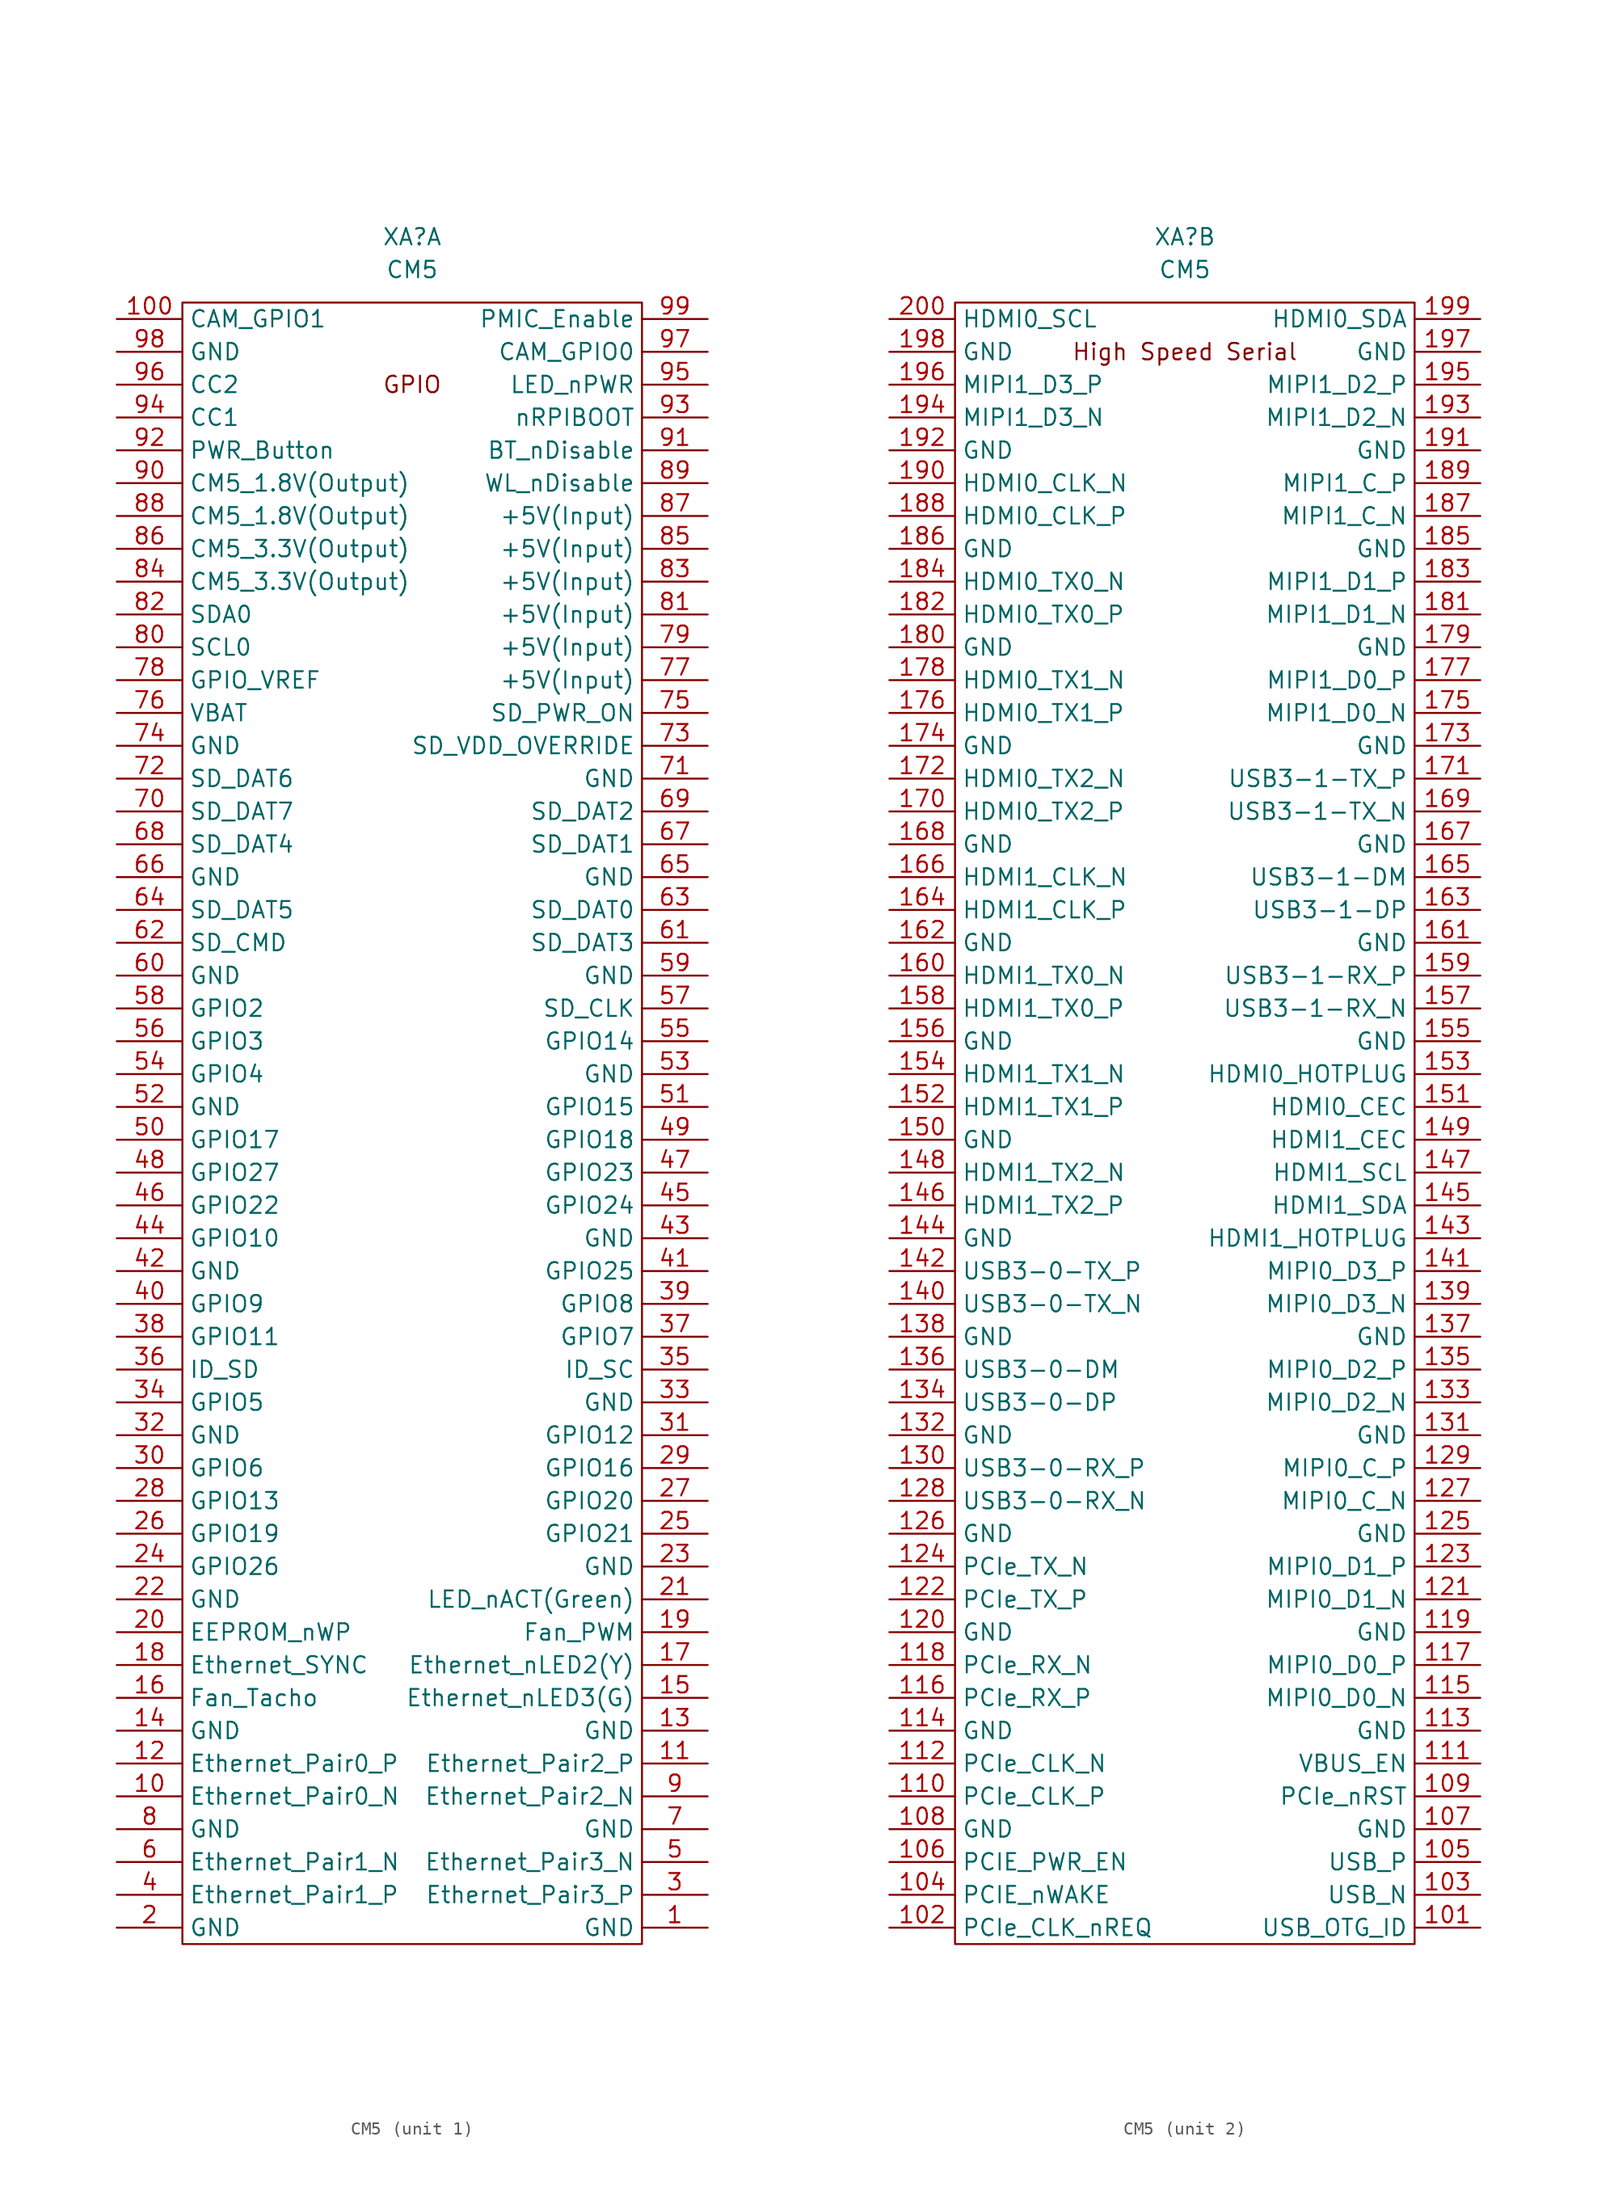
<source format=kicad_sym>
(kicad_symbol_lib
  (version 20241209)
  (generator "kicad_symbol_editor")
  (generator_version "9.0")
  (symbol "CM5"
    (property "Reference" "XA"
      (at 0 5.08 0)
      (effects (font (size 1.27 1.27))))
    (property "Value" "CM5"
      (at 0 2.54 0)
      (effects (font (size 1.27 1.27))))
    (property "ki_locked" ""
      (at 0 0 0)
      (effects (font (size 1.27 1.27))))
    (symbol "CM5_1_0"
      (text "GPIO" (at 0 -6.35 0) (effects (font (size 1.27 1.27)))))
    (symbol "CM5_1_1"
      (rectangle (start -17.78 0) (end 17.78 -127) (stroke (width 0) (type default)) (fill (type none)))
      (pin passive line (at -22.86 -1.27 0) (length 5.08) (name "CAM_GPIO1" (effects (font (size 1.27 1.27)))) (number "100" (effects (font (size 1.27 1.27)))))
      (pin passive line (at -22.86 -3.81 0) (length 5.08) (name "GND" (effects (font (size 1.27 1.27)))) (number "98" (effects (font (size 1.27 1.27)))))
      (pin passive line (at -22.86 -6.35 0) (length 5.08) (name "CC2" (effects (font (size 1.27 1.27)))) (number "96" (effects (font (size 1.27 1.27)))))
      (pin passive line (at -22.86 -8.89 0) (length 5.08) (name "CC1" (effects (font (size 1.27 1.27)))) (number "94" (effects (font (size 1.27 1.27)))))
      (pin passive line (at -22.86 -11.43 0) (length 5.08) (name "PWR_Button" (effects (font (size 1.27 1.27)))) (number "92" (effects (font (size 1.27 1.27)))))
      (pin passive line (at -22.86 -13.97 0) (length 5.08) (name "CM5_1.8V(Output)" (effects (font (size 1.27 1.27)))) (number "90" (effects (font (size 1.27 1.27)))))
      (pin passive line (at -22.86 -16.51 0) (length 5.08) (name "CM5_1.8V(Output)" (effects (font (size 1.27 1.27)))) (number "88" (effects (font (size 1.27 1.27)))))
      (pin passive line (at -22.86 -19.05 0) (length 5.08) (name "CM5_3.3V(Output)" (effects (font (size 1.27 1.27)))) (number "86" (effects (font (size 1.27 1.27)))))
      (pin passive line (at -22.86 -21.59 0) (length 5.08) (name "CM5_3.3V(Output)" (effects (font (size 1.27 1.27)))) (number "84" (effects (font (size 1.27 1.27)))))
      (pin passive line (at -22.86 -24.13 0) (length 5.08) (name "SDA0" (effects (font (size 1.27 1.27)))) (number "82" (effects (font (size 1.27 1.27)))))
      (pin passive line (at -22.86 -26.67 0) (length 5.08) (name "SCL0" (effects (font (size 1.27 1.27)))) (number "80" (effects (font (size 1.27 1.27)))))
      (pin passive line (at -22.86 -29.21 0) (length 5.08) (name "GPIO_VREF" (effects (font (size 1.27 1.27)))) (number "78" (effects (font (size 1.27 1.27)))))
      (pin passive line (at -22.86 -31.75 0) (length 5.08) (name "VBAT" (effects (font (size 1.27 1.27)))) (number "76" (effects (font (size 1.27 1.27)))))
      (pin passive line (at -22.86 -34.29 0) (length 5.08) (name "GND" (effects (font (size 1.27 1.27)))) (number "74" (effects (font (size 1.27 1.27)))))
      (pin passive line (at -22.86 -36.83 0) (length 5.08) (name "SD_DAT6" (effects (font (size 1.27 1.27)))) (number "72" (effects (font (size 1.27 1.27)))))
      (pin passive line (at -22.86 -39.37 0) (length 5.08) (name "SD_DAT7" (effects (font (size 1.27 1.27)))) (number "70" (effects (font (size 1.27 1.27)))))
      (pin passive line (at -22.86 -41.91 0) (length 5.08) (name "SD_DAT4" (effects (font (size 1.27 1.27)))) (number "68" (effects (font (size 1.27 1.27)))))
      (pin passive line (at -22.86 -44.45 0) (length 5.08) (name "GND" (effects (font (size 1.27 1.27)))) (number "66" (effects (font (size 1.27 1.27)))))
      (pin passive line (at -22.86 -46.99 0) (length 5.08) (name "SD_DAT5" (effects (font (size 1.27 1.27)))) (number "64" (effects (font (size 1.27 1.27)))))
      (pin passive line (at -22.86 -49.53 0) (length 5.08) (name "SD_CMD" (effects (font (size 1.27 1.27)))) (number "62" (effects (font (size 1.27 1.27)))))
      (pin passive line (at -22.86 -52.07 0) (length 5.08) (name "GND" (effects (font (size 1.27 1.27)))) (number "60" (effects (font (size 1.27 1.27)))))
      (pin passive line (at -22.86 -54.61 0) (length 5.08) (name "GPIO2" (effects (font (size 1.27 1.27)))) (number "58" (effects (font (size 1.27 1.27)))))
      (pin passive line (at -22.86 -57.15 0) (length 5.08) (name "GPIO3" (effects (font (size 1.27 1.27)))) (number "56" (effects (font (size 1.27 1.27)))))
      (pin passive line (at -22.86 -59.69 0) (length 5.08) (name "GPIO4" (effects (font (size 1.27 1.27)))) (number "54" (effects (font (size 1.27 1.27)))))
      (pin passive line (at -22.86 -62.23 0) (length 5.08) (name "GND" (effects (font (size 1.27 1.27)))) (number "52" (effects (font (size 1.27 1.27)))))
      (pin passive line (at -22.86 -64.77 0) (length 5.08) (name "GPIO17" (effects (font (size 1.27 1.27)))) (number "50" (effects (font (size 1.27 1.27)))))
      (pin passive line (at -22.86 -67.31 0) (length 5.08) (name "GPIO27" (effects (font (size 1.27 1.27)))) (number "48" (effects (font (size 1.27 1.27)))))
      (pin passive line (at -22.86 -69.85 0) (length 5.08) (name "GPIO22" (effects (font (size 1.27 1.27)))) (number "46" (effects (font (size 1.27 1.27)))))
      (pin passive line (at -22.86 -72.39 0) (length 5.08) (name "GPIO10" (effects (font (size 1.27 1.27)))) (number "44" (effects (font (size 1.27 1.27)))))
      (pin passive line (at -22.86 -74.93 0) (length 5.08) (name "GND" (effects (font (size 1.27 1.27)))) (number "42" (effects (font (size 1.27 1.27)))))
      (pin passive line (at -22.86 -77.47 0) (length 5.08) (name "GPIO9" (effects (font (size 1.27 1.27)))) (number "40" (effects (font (size 1.27 1.27)))))
      (pin passive line (at -22.86 -80.01 0) (length 5.08) (name "GPIO11" (effects (font (size 1.27 1.27)))) (number "38" (effects (font (size 1.27 1.27)))))
      (pin passive line (at -22.86 -82.55 0) (length 5.08) (name "ID_SD" (effects (font (size 1.27 1.27)))) (number "36" (effects (font (size 1.27 1.27)))))
      (pin passive line (at -22.86 -85.09 0) (length 5.08) (name "GPIO5" (effects (font (size 1.27 1.27)))) (number "34" (effects (font (size 1.27 1.27)))))
      (pin passive line (at -22.86 -87.63 0) (length 5.08) (name "GND" (effects (font (size 1.27 1.27)))) (number "32" (effects (font (size 1.27 1.27)))))
      (pin passive line (at -22.86 -90.17 0) (length 5.08) (name "GPIO6" (effects (font (size 1.27 1.27)))) (number "30" (effects (font (size 1.27 1.27)))))
      (pin passive line (at -22.86 -92.71 0) (length 5.08) (name "GPIO13" (effects (font (size 1.27 1.27)))) (number "28" (effects (font (size 1.27 1.27)))))
      (pin passive line (at -22.86 -95.25 0) (length 5.08) (name "GPIO19" (effects (font (size 1.27 1.27)))) (number "26" (effects (font (size 1.27 1.27)))))
      (pin passive line (at -22.86 -97.79 0) (length 5.08) (name "GPIO26" (effects (font (size 1.27 1.27)))) (number "24" (effects (font (size 1.27 1.27)))))
      (pin passive line (at -22.86 -100.33 0) (length 5.08) (name "GND" (effects (font (size 1.27 1.27)))) (number "22" (effects (font (size 1.27 1.27)))))
      (pin passive line (at -22.86 -102.87 0) (length 5.08) (name "EEPROM_nWP" (effects (font (size 1.27 1.27)))) (number "20" (effects (font (size 1.27 1.27)))))
      (pin passive line (at -22.86 -105.41 0) (length 5.08) (name "Ethernet_SYNC" (effects (font (size 1.27 1.27)))) (number "18" (effects (font (size 1.27 1.27)))))
      (pin passive line (at -22.86 -107.95 0) (length 5.08) (name "Fan_Tacho" (effects (font (size 1.27 1.27)))) (number "16" (effects (font (size 1.27 1.27)))))
      (pin passive line (at -22.86 -110.49 0) (length 5.08) (name "GND" (effects (font (size 1.27 1.27)))) (number "14" (effects (font (size 1.27 1.27)))))
      (pin passive line (at -22.86 -113.03 0) (length 5.08) (name "Ethernet_Pair0_P" (effects (font (size 1.27 1.27)))) (number "12" (effects (font (size 1.27 1.27)))))
      (pin passive line (at -22.86 -115.57 0) (length 5.08) (name "Ethernet_Pair0_N" (effects (font (size 1.27 1.27)))) (number "10" (effects (font (size 1.27 1.27)))))
      (pin passive line (at -22.86 -118.11 0) (length 5.08) (name "GND" (effects (font (size 1.27 1.27)))) (number "8" (effects (font (size 1.27 1.27)))))
      (pin passive line (at -22.86 -120.65 0) (length 5.08) (name "Ethernet_Pair1_N" (effects (font (size 1.27 1.27)))) (number "6" (effects (font (size 1.27 1.27)))))
      (pin passive line (at -22.86 -123.19 0) (length 5.08) (name "Ethernet_Pair1_P" (effects (font (size 1.27 1.27)))) (number "4" (effects (font (size 1.27 1.27)))))
      (pin passive line (at -22.86 -125.73 0) (length 5.08) (name "GND" (effects (font (size 1.27 1.27)))) (number "2" (effects (font (size 1.27 1.27)))))
      (pin passive line (at 22.86 -1.27 180) (length 5.08) (name "PMIC_Enable" (effects (font (size 1.27 1.27)))) (number "99" (effects (font (size 1.27 1.27)))))
      (pin passive line (at 22.86 -3.81 180) (length 5.08) (name "CAM_GPIO0" (effects (font (size 1.27 1.27)))) (number "97" (effects (font (size 1.27 1.27)))))
      (pin passive line (at 22.86 -6.35 180) (length 5.08) (name "LED_nPWR" (effects (font (size 1.27 1.27)))) (number "95" (effects (font (size 1.27 1.27)))))
      (pin passive line (at 22.86 -8.89 180) (length 5.08) (name "nRPIBOOT" (effects (font (size 1.27 1.27)))) (number "93" (effects (font (size 1.27 1.27)))))
      (pin passive line (at 22.86 -11.43 180) (length 5.08) (name "BT_nDisable" (effects (font (size 1.27 1.27)))) (number "91" (effects (font (size 1.27 1.27)))))
      (pin passive line (at 22.86 -13.97 180) (length 5.08) (name "WL_nDisable" (effects (font (size 1.27 1.27)))) (number "89" (effects (font (size 1.27 1.27)))))
      (pin passive line (at 22.86 -16.51 180) (length 5.08) (name "+5V(Input)" (effects (font (size 1.27 1.27)))) (number "87" (effects (font (size 1.27 1.27)))))
      (pin passive line (at 22.86 -19.05 180) (length 5.08) (name "+5V(Input)" (effects (font (size 1.27 1.27)))) (number "85" (effects (font (size 1.27 1.27)))))
      (pin passive line (at 22.86 -21.59 180) (length 5.08) (name "+5V(Input)" (effects (font (size 1.27 1.27)))) (number "83" (effects (font (size 1.27 1.27)))))
      (pin passive line (at 22.86 -24.13 180) (length 5.08) (name "+5V(Input)" (effects (font (size 1.27 1.27)))) (number "81" (effects (font (size 1.27 1.27)))))
      (pin passive line (at 22.86 -26.67 180) (length 5.08) (name "+5V(Input)" (effects (font (size 1.27 1.27)))) (number "79" (effects (font (size 1.27 1.27)))))
      (pin passive line (at 22.86 -29.21 180) (length 5.08) (name "+5V(Input)" (effects (font (size 1.27 1.27)))) (number "77" (effects (font (size 1.27 1.27)))))
      (pin passive line (at 22.86 -31.75 180) (length 5.08) (name "SD_PWR_ON" (effects (font (size 1.27 1.27)))) (number "75" (effects (font (size 1.27 1.27)))))
      (pin passive line (at 22.86 -34.29 180) (length 5.08) (name "SD_VDD_OVERRIDE" (effects (font (size 1.27 1.27)))) (number "73" (effects (font (size 1.27 1.27)))))
      (pin passive line (at 22.86 -36.83 180) (length 5.08) (name "GND" (effects (font (size 1.27 1.27)))) (number "71" (effects (font (size 1.27 1.27)))))
      (pin passive line (at 22.86 -39.37 180) (length 5.08) (name "SD_DAT2" (effects (font (size 1.27 1.27)))) (number "69" (effects (font (size 1.27 1.27)))))
      (pin passive line (at 22.86 -41.91 180) (length 5.08) (name "SD_DAT1" (effects (font (size 1.27 1.27)))) (number "67" (effects (font (size 1.27 1.27)))))
      (pin passive line (at 22.86 -44.45 180) (length 5.08) (name "GND" (effects (font (size 1.27 1.27)))) (number "65" (effects (font (size 1.27 1.27)))))
      (pin passive line (at 22.86 -46.99 180) (length 5.08) (name "SD_DAT0" (effects (font (size 1.27 1.27)))) (number "63" (effects (font (size 1.27 1.27)))))
      (pin passive line (at 22.86 -49.53 180) (length 5.08) (name "SD_DAT3" (effects (font (size 1.27 1.27)))) (number "61" (effects (font (size 1.27 1.27)))))
      (pin passive line (at 22.86 -52.07 180) (length 5.08) (name "GND" (effects (font (size 1.27 1.27)))) (number "59" (effects (font (size 1.27 1.27)))))
      (pin passive line (at 22.86 -54.61 180) (length 5.08) (name "SD_CLK" (effects (font (size 1.27 1.27)))) (number "57" (effects (font (size 1.27 1.27)))))
      (pin passive line (at 22.86 -57.15 180) (length 5.08) (name "GPIO14" (effects (font (size 1.27 1.27)))) (number "55" (effects (font (size 1.27 1.27)))))
      (pin passive line (at 22.86 -59.69 180) (length 5.08) (name "GND" (effects (font (size 1.27 1.27)))) (number "53" (effects (font (size 1.27 1.27)))))
      (pin passive line (at 22.86 -62.23 180) (length 5.08) (name "GPIO15" (effects (font (size 1.27 1.27)))) (number "51" (effects (font (size 1.27 1.27)))))
      (pin passive line (at 22.86 -64.77 180) (length 5.08) (name "GPIO18" (effects (font (size 1.27 1.27)))) (number "49" (effects (font (size 1.27 1.27)))))
      (pin passive line (at 22.86 -67.31 180) (length 5.08) (name "GPIO23" (effects (font (size 1.27 1.27)))) (number "47" (effects (font (size 1.27 1.27)))))
      (pin passive line (at 22.86 -69.85 180) (length 5.08) (name "GPIO24" (effects (font (size 1.27 1.27)))) (number "45" (effects (font (size 1.27 1.27)))))
      (pin passive line (at 22.86 -72.39 180) (length 5.08) (name "GND" (effects (font (size 1.27 1.27)))) (number "43" (effects (font (size 1.27 1.27)))))
      (pin passive line (at 22.86 -74.93 180) (length 5.08) (name "GPIO25" (effects (font (size 1.27 1.27)))) (number "41" (effects (font (size 1.27 1.27)))))
      (pin passive line (at 22.86 -77.47 180) (length 5.08) (name "GPIO8" (effects (font (size 1.27 1.27)))) (number "39" (effects (font (size 1.27 1.27)))))
      (pin passive line (at 22.86 -80.01 180) (length 5.08) (name "GPIO7" (effects (font (size 1.27 1.27)))) (number "37" (effects (font (size 1.27 1.27)))))
      (pin passive line (at 22.86 -82.55 180) (length 5.08) (name "ID_SC" (effects (font (size 1.27 1.27)))) (number "35" (effects (font (size 1.27 1.27)))))
      (pin passive line (at 22.86 -85.09 180) (length 5.08) (name "GND" (effects (font (size 1.27 1.27)))) (number "33" (effects (font (size 1.27 1.27)))))
      (pin passive line (at 22.86 -87.63 180) (length 5.08) (name "GPIO12" (effects (font (size 1.27 1.27)))) (number "31" (effects (font (size 1.27 1.27)))))
      (pin passive line (at 22.86 -90.17 180) (length 5.08) (name "GPIO16" (effects (font (size 1.27 1.27)))) (number "29" (effects (font (size 1.27 1.27)))))
      (pin passive line (at 22.86 -92.71 180) (length 5.08) (name "GPIO20" (effects (font (size 1.27 1.27)))) (number "27" (effects (font (size 1.27 1.27)))))
      (pin passive line (at 22.86 -95.25 180) (length 5.08) (name "GPIO21" (effects (font (size 1.27 1.27)))) (number "25" (effects (font (size 1.27 1.27)))))
      (pin passive line (at 22.86 -97.79 180) (length 5.08) (name "GND" (effects (font (size 1.27 1.27)))) (number "23" (effects (font (size 1.27 1.27)))))
      (pin passive line (at 22.86 -100.33 180) (length 5.08) (name "LED_nACT(Green)" (effects (font (size 1.27 1.27)))) (number "21" (effects (font (size 1.27 1.27)))))
      (pin passive line (at 22.86 -102.87 180) (length 5.08) (name "Fan_PWM" (effects (font (size 1.27 1.27)))) (number "19" (effects (font (size 1.27 1.27)))))
      (pin passive line (at 22.86 -105.41 180) (length 5.08) (name "Ethernet_nLED2(Y)" (effects (font (size 1.27 1.27)))) (number "17" (effects (font (size 1.27 1.27)))))
      (pin passive line (at 22.86 -107.95 180) (length 5.08) (name "Ethernet_nLED3(G)" (effects (font (size 1.27 1.27)))) (number "15" (effects (font (size 1.27 1.27)))))
      (pin passive line (at 22.86 -110.49 180) (length 5.08) (name "GND" (effects (font (size 1.27 1.27)))) (number "13" (effects (font (size 1.27 1.27)))))
      (pin passive line (at 22.86 -113.03 180) (length 5.08) (name "Ethernet_Pair2_P" (effects (font (size 1.27 1.27)))) (number "11" (effects (font (size 1.27 1.27)))))
      (pin passive line (at 22.86 -115.57 180) (length 5.08) (name "Ethernet_Pair2_N" (effects (font (size 1.27 1.27)))) (number "9" (effects (font (size 1.27 1.27)))))
      (pin passive line (at 22.86 -118.11 180) (length 5.08) (name "GND" (effects (font (size 1.27 1.27)))) (number "7" (effects (font (size 1.27 1.27)))))
      (pin passive line (at 22.86 -120.65 180) (length 5.08) (name "Ethernet_Pair3_N" (effects (font (size 1.27 1.27)))) (number "5" (effects (font (size 1.27 1.27)))))
      (pin passive line (at 22.86 -123.19 180) (length 5.08) (name "Ethernet_Pair3_P" (effects (font (size 1.27 1.27)))) (number "3" (effects (font (size 1.27 1.27)))))
      (pin passive line (at 22.86 -125.73 180) (length 5.08) (name "GND" (effects (font (size 1.27 1.27)))) (number "1" (effects (font (size 1.27 1.27))))))
    (symbol "CM5_2_1"
      (rectangle (start -17.78 0) (end 17.78 -127) (stroke (width 0) (type default)) (fill (type none)))
      (text "High Speed Serial" (at 0 -3.81 0) (effects (font (size 1.27 1.27))))
      (pin passive line (at -22.86 -1.27 0) (length 5.08) (name "HDMI0_SCL" (effects (font (size 1.27 1.27)))) (number "200" (effects (font (size 1.27 1.27)))))
      (pin passive line (at -22.86 -3.81 0) (length 5.08) (name "GND" (effects (font (size 1.27 1.27)))) (number "198" (effects (font (size 1.27 1.27)))))
      (pin passive line (at -22.86 -6.35 0) (length 5.08) (name "MIPI1_D3_P" (effects (font (size 1.27 1.27)))) (number "196" (effects (font (size 1.27 1.27)))))
      (pin passive line (at -22.86 -8.89 0) (length 5.08) (name "MIPI1_D3_N" (effects (font (size 1.27 1.27)))) (number "194" (effects (font (size 1.27 1.27)))))
      (pin passive line (at -22.86 -11.43 0) (length 5.08) (name "GND" (effects (font (size 1.27 1.27)))) (number "192" (effects (font (size 1.27 1.27)))))
      (pin passive line (at -22.86 -13.97 0) (length 5.08) (name "HDMI0_CLK_N" (effects (font (size 1.27 1.27)))) (number "190" (effects (font (size 1.27 1.27)))))
      (pin passive line (at -22.86 -16.51 0) (length 5.08) (name "HDMI0_CLK_P" (effects (font (size 1.27 1.27)))) (number "188" (effects (font (size 1.27 1.27)))))
      (pin passive line (at -22.86 -19.05 0) (length 5.08) (name "GND" (effects (font (size 1.27 1.27)))) (number "186" (effects (font (size 1.27 1.27)))))
      (pin passive line (at -22.86 -21.59 0) (length 5.08) (name "HDMI0_TX0_N" (effects (font (size 1.27 1.27)))) (number "184" (effects (font (size 1.27 1.27)))))
      (pin passive line (at -22.86 -24.13 0) (length 5.08) (name "HDMI0_TX0_P" (effects (font (size 1.27 1.27)))) (number "182" (effects (font (size 1.27 1.27)))))
      (pin passive line (at -22.86 -26.67 0) (length 5.08) (name "GND" (effects (font (size 1.27 1.27)))) (number "180" (effects (font (size 1.27 1.27)))))
      (pin passive line (at -22.86 -29.21 0) (length 5.08) (name "HDMI0_TX1_N" (effects (font (size 1.27 1.27)))) (number "178" (effects (font (size 1.27 1.27)))))
      (pin passive line (at -22.86 -31.75 0) (length 5.08) (name "HDMI0_TX1_P" (effects (font (size 1.27 1.27)))) (number "176" (effects (font (size 1.27 1.27)))))
      (pin passive line (at -22.86 -34.29 0) (length 5.08) (name "GND" (effects (font (size 1.27 1.27)))) (number "174" (effects (font (size 1.27 1.27)))))
      (pin passive line (at -22.86 -36.83 0) (length 5.08) (name "HDMI0_TX2_N" (effects (font (size 1.27 1.27)))) (number "172" (effects (font (size 1.27 1.27)))))
      (pin passive line (at -22.86 -39.37 0) (length 5.08) (name "HDMI0_TX2_P" (effects (font (size 1.27 1.27)))) (number "170" (effects (font (size 1.27 1.27)))))
      (pin passive line (at -22.86 -41.91 0) (length 5.08) (name "GND" (effects (font (size 1.27 1.27)))) (number "168" (effects (font (size 1.27 1.27)))))
      (pin passive line (at -22.86 -44.45 0) (length 5.08) (name "HDMI1_CLK_N" (effects (font (size 1.27 1.27)))) (number "166" (effects (font (size 1.27 1.27)))))
      (pin passive line (at -22.86 -46.99 0) (length 5.08) (name "HDMI1_CLK_P" (effects (font (size 1.27 1.27)))) (number "164" (effects (font (size 1.27 1.27)))))
      (pin passive line (at -22.86 -49.53 0) (length 5.08) (name "GND" (effects (font (size 1.27 1.27)))) (number "162" (effects (font (size 1.27 1.27)))))
      (pin passive line (at -22.86 -52.07 0) (length 5.08) (name "HDMI1_TX0_N" (effects (font (size 1.27 1.27)))) (number "160" (effects (font (size 1.27 1.27)))))
      (pin passive line (at -22.86 -54.61 0) (length 5.08) (name "HDMI1_TX0_P" (effects (font (size 1.27 1.27)))) (number "158" (effects (font (size 1.27 1.27)))))
      (pin passive line (at -22.86 -57.15 0) (length 5.08) (name "GND" (effects (font (size 1.27 1.27)))) (number "156" (effects (font (size 1.27 1.27)))))
      (pin passive line (at -22.86 -59.69 0) (length 5.08) (name "HDMI1_TX1_N" (effects (font (size 1.27 1.27)))) (number "154" (effects (font (size 1.27 1.27)))))
      (pin passive line (at -22.86 -62.23 0) (length 5.08) (name "HDMI1_TX1_P" (effects (font (size 1.27 1.27)))) (number "152" (effects (font (size 1.27 1.27)))))
      (pin passive line (at -22.86 -64.77 0) (length 5.08) (name "GND" (effects (font (size 1.27 1.27)))) (number "150" (effects (font (size 1.27 1.27)))))
      (pin passive line (at -22.86 -67.31 0) (length 5.08) (name "HDMI1_TX2_N" (effects (font (size 1.27 1.27)))) (number "148" (effects (font (size 1.27 1.27)))))
      (pin passive line (at -22.86 -69.85 0) (length 5.08) (name "HDMI1_TX2_P" (effects (font (size 1.27 1.27)))) (number "146" (effects (font (size 1.27 1.27)))))
      (pin passive line (at -22.86 -72.39 0) (length 5.08) (name "GND" (effects (font (size 1.27 1.27)))) (number "144" (effects (font (size 1.27 1.27)))))
      (pin passive line (at -22.86 -74.93 0) (length 5.08) (name "USB3-0-TX_P" (effects (font (size 1.27 1.27)))) (number "142" (effects (font (size 1.27 1.27)))))
      (pin passive line (at -22.86 -77.47 0) (length 5.08) (name "USB3-0-TX_N" (effects (font (size 1.27 1.27)))) (number "140" (effects (font (size 1.27 1.27)))))
      (pin passive line (at -22.86 -80.01 0) (length 5.08) (name "GND" (effects (font (size 1.27 1.27)))) (number "138" (effects (font (size 1.27 1.27)))))
      (pin passive line (at -22.86 -82.55 0) (length 5.08) (name "USB3-0-DM" (effects (font (size 1.27 1.27)))) (number "136" (effects (font (size 1.27 1.27)))))
      (pin passive line (at -22.86 -85.09 0) (length 5.08) (name "USB3-0-DP" (effects (font (size 1.27 1.27)))) (number "134" (effects (font (size 1.27 1.27)))))
      (pin passive line (at -22.86 -87.63 0) (length 5.08) (name "GND" (effects (font (size 1.27 1.27)))) (number "132" (effects (font (size 1.27 1.27)))))
      (pin passive line (at -22.86 -90.17 0) (length 5.08) (name "USB3-0-RX_P" (effects (font (size 1.27 1.27)))) (number "130" (effects (font (size 1.27 1.27)))))
      (pin passive line (at -22.86 -92.71 0) (length 5.08) (name "USB3-0-RX_N" (effects (font (size 1.27 1.27)))) (number "128" (effects (font (size 1.27 1.27)))))
      (pin passive line (at -22.86 -95.25 0) (length 5.08) (name "GND" (effects (font (size 1.27 1.27)))) (number "126" (effects (font (size 1.27 1.27)))))
      (pin passive line (at -22.86 -97.79 0) (length 5.08) (name "PCIe_TX_N" (effects (font (size 1.27 1.27)))) (number "124" (effects (font (size 1.27 1.27)))))
      (pin passive line (at -22.86 -100.33 0) (length 5.08) (name "PCIe_TX_P" (effects (font (size 1.27 1.27)))) (number "122" (effects (font (size 1.27 1.27)))))
      (pin passive line (at -22.86 -102.87 0) (length 5.08) (name "GND" (effects (font (size 1.27 1.27)))) (number "120" (effects (font (size 1.27 1.27)))))
      (pin passive line (at -22.86 -105.41 0) (length 5.08) (name "PCIe_RX_N" (effects (font (size 1.27 1.27)))) (number "118" (effects (font (size 1.27 1.27)))))
      (pin passive line (at -22.86 -107.95 0) (length 5.08) (name "PCIe_RX_P" (effects (font (size 1.27 1.27)))) (number "116" (effects (font (size 1.27 1.27)))))
      (pin passive line (at -22.86 -110.49 0) (length 5.08) (name "GND" (effects (font (size 1.27 1.27)))) (number "114" (effects (font (size 1.27 1.27)))))
      (pin passive line (at -22.86 -113.03 0) (length 5.08) (name "PCIe_CLK_N" (effects (font (size 1.27 1.27)))) (number "112" (effects (font (size 1.27 1.27)))))
      (pin passive line (at -22.86 -115.57 0) (length 5.08) (name "PCIe_CLK_P" (effects (font (size 1.27 1.27)))) (number "110" (effects (font (size 1.27 1.27)))))
      (pin passive line (at -22.86 -118.11 0) (length 5.08) (name "GND" (effects (font (size 1.27 1.27)))) (number "108" (effects (font (size 1.27 1.27)))))
      (pin passive line (at -22.86 -120.65 0) (length 5.08) (name "PCIE_PWR_EN" (effects (font (size 1.27 1.27)))) (number "106" (effects (font (size 1.27 1.27)))))
      (pin passive line (at -22.86 -123.19 0) (length 5.08) (name "PCIE_nWAKE" (effects (font (size 1.27 1.27)))) (number "104" (effects (font (size 1.27 1.27)))))
      (pin passive line (at -22.86 -125.73 0) (length 5.08) (name "PCIe_CLK_nREQ" (effects (font (size 1.27 1.27)))) (number "102" (effects (font (size 1.27 1.27)))))
      (pin passive line (at 22.86 -1.27 180) (length 5.08) (name "HDMI0_SDA" (effects (font (size 1.27 1.27)))) (number "199" (effects (font (size 1.27 1.27)))))
      (pin passive line (at 22.86 -3.81 180) (length 5.08) (name "GND" (effects (font (size 1.27 1.27)))) (number "197" (effects (font (size 1.27 1.27)))))
      (pin passive line (at 22.86 -6.35 180) (length 5.08) (name "MIPI1_D2_P" (effects (font (size 1.27 1.27)))) (number "195" (effects (font (size 1.27 1.27)))))
      (pin passive line (at 22.86 -8.89 180) (length 5.08) (name "MIPI1_D2_N" (effects (font (size 1.27 1.27)))) (number "193" (effects (font (size 1.27 1.27)))))
      (pin passive line (at 22.86 -11.43 180) (length 5.08) (name "GND" (effects (font (size 1.27 1.27)))) (number "191" (effects (font (size 1.27 1.27)))))
      (pin passive line (at 22.86 -13.97 180) (length 5.08) (name "MIPI1_C_P" (effects (font (size 1.27 1.27)))) (number "189" (effects (font (size 1.27 1.27)))))
      (pin passive line (at 22.86 -16.51 180) (length 5.08) (name "MIPI1_C_N" (effects (font (size 1.27 1.27)))) (number "187" (effects (font (size 1.27 1.27)))))
      (pin passive line (at 22.86 -19.05 180) (length 5.08) (name "GND" (effects (font (size 1.27 1.27)))) (number "185" (effects (font (size 1.27 1.27)))))
      (pin passive line (at 22.86 -21.59 180) (length 5.08) (name "MIPI1_D1_P" (effects (font (size 1.27 1.27)))) (number "183" (effects (font (size 1.27 1.27)))))
      (pin passive line (at 22.86 -24.13 180) (length 5.08) (name "MIPI1_D1_N" (effects (font (size 1.27 1.27)))) (number "181" (effects (font (size 1.27 1.27)))))
      (pin passive line (at 22.86 -26.67 180) (length 5.08) (name "GND" (effects (font (size 1.27 1.27)))) (number "179" (effects (font (size 1.27 1.27)))))
      (pin passive line (at 22.86 -29.21 180) (length 5.08) (name "MIPI1_D0_P" (effects (font (size 1.27 1.27)))) (number "177" (effects (font (size 1.27 1.27)))))
      (pin passive line (at 22.86 -31.75 180) (length 5.08) (name "MIPI1_D0_N" (effects (font (size 1.27 1.27)))) (number "175" (effects (font (size 1.27 1.27)))))
      (pin passive line (at 22.86 -34.29 180) (length 5.08) (name "GND" (effects (font (size 1.27 1.27)))) (number "173" (effects (font (size 1.27 1.27)))))
      (pin passive line (at 22.86 -36.83 180) (length 5.08) (name "USB3-1-TX_P" (effects (font (size 1.27 1.27)))) (number "171" (effects (font (size 1.27 1.27)))))
      (pin passive line (at 22.86 -39.37 180) (length 5.08) (name "USB3-1-TX_N" (effects (font (size 1.27 1.27)))) (number "169" (effects (font (size 1.27 1.27)))))
      (pin passive line (at 22.86 -41.91 180) (length 5.08) (name "GND" (effects (font (size 1.27 1.27)))) (number "167" (effects (font (size 1.27 1.27)))))
      (pin passive line (at 22.86 -44.45 180) (length 5.08) (name "USB3-1-DM" (effects (font (size 1.27 1.27)))) (number "165" (effects (font (size 1.27 1.27)))))
      (pin passive line (at 22.86 -46.99 180) (length 5.08) (name "USB3-1-DP" (effects (font (size 1.27 1.27)))) (number "163" (effects (font (size 1.27 1.27)))))
      (pin passive line (at 22.86 -49.53 180) (length 5.08) (name "GND" (effects (font (size 1.27 1.27)))) (number "161" (effects (font (size 1.27 1.27)))))
      (pin passive line (at 22.86 -52.07 180) (length 5.08) (name "USB3-1-RX_P" (effects (font (size 1.27 1.27)))) (number "159" (effects (font (size 1.27 1.27)))))
      (pin passive line (at 22.86 -54.61 180) (length 5.08) (name "USB3-1-RX_N" (effects (font (size 1.27 1.27)))) (number "157" (effects (font (size 1.27 1.27)))))
      (pin passive line (at 22.86 -57.15 180) (length 5.08) (name "GND" (effects (font (size 1.27 1.27)))) (number "155" (effects (font (size 1.27 1.27)))))
      (pin passive line (at 22.86 -59.69 180) (length 5.08) (name "HDMI0_HOTPLUG" (effects (font (size 1.27 1.27)))) (number "153" (effects (font (size 1.27 1.27)))))
      (pin passive line (at 22.86 -62.23 180) (length 5.08) (name "HDMI0_CEC" (effects (font (size 1.27 1.27)))) (number "151" (effects (font (size 1.27 1.27)))))
      (pin passive line (at 22.86 -64.77 180) (length 5.08) (name "HDMI1_CEC" (effects (font (size 1.27 1.27)))) (number "149" (effects (font (size 1.27 1.27)))))
      (pin passive line (at 22.86 -67.31 180) (length 5.08) (name "HDMI1_SCL" (effects (font (size 1.27 1.27)))) (number "147" (effects (font (size 1.27 1.27)))))
      (pin passive line (at 22.86 -69.85 180) (length 5.08) (name "HDMI1_SDA" (effects (font (size 1.27 1.27)))) (number "145" (effects (font (size 1.27 1.27)))))
      (pin passive line (at 22.86 -72.39 180) (length 5.08) (name "HDMI1_HOTPLUG" (effects (font (size 1.27 1.27)))) (number "143" (effects (font (size 1.27 1.27)))))
      (pin passive line (at 22.86 -74.93 180) (length 5.08) (name "MIPI0_D3_P" (effects (font (size 1.27 1.27)))) (number "141" (effects (font (size 1.27 1.27)))))
      (pin passive line (at 22.86 -77.47 180) (length 5.08) (name "MIPI0_D3_N" (effects (font (size 1.27 1.27)))) (number "139" (effects (font (size 1.27 1.27)))))
      (pin passive line (at 22.86 -80.01 180) (length 5.08) (name "GND" (effects (font (size 1.27 1.27)))) (number "137" (effects (font (size 1.27 1.27)))))
      (pin passive line (at 22.86 -82.55 180) (length 5.08) (name "MIPI0_D2_P" (effects (font (size 1.27 1.27)))) (number "135" (effects (font (size 1.27 1.27)))))
      (pin passive line (at 22.86 -85.09 180) (length 5.08) (name "MIPI0_D2_N" (effects (font (size 1.27 1.27)))) (number "133" (effects (font (size 1.27 1.27)))))
      (pin passive line (at 22.86 -87.63 180) (length 5.08) (name "GND" (effects (font (size 1.27 1.27)))) (number "131" (effects (font (size 1.27 1.27)))))
      (pin passive line (at 22.86 -90.17 180) (length 5.08) (name "MIPI0_C_P" (effects (font (size 1.27 1.27)))) (number "129" (effects (font (size 1.27 1.27)))))
      (pin passive line (at 22.86 -92.71 180) (length 5.08) (name "MIPI0_C_N" (effects (font (size 1.27 1.27)))) (number "127" (effects (font (size 1.27 1.27)))))
      (pin passive line (at 22.86 -95.25 180) (length 5.08) (name "GND" (effects (font (size 1.27 1.27)))) (number "125" (effects (font (size 1.27 1.27)))))
      (pin passive line (at 22.86 -97.79 180) (length 5.08) (name "MIPI0_D1_P" (effects (font (size 1.27 1.27)))) (number "123" (effects (font (size 1.27 1.27)))))
      (pin passive line (at 22.86 -100.33 180) (length 5.08) (name "MIPI0_D1_N" (effects (font (size 1.27 1.27)))) (number "121" (effects (font (size 1.27 1.27)))))
      (pin passive line (at 22.86 -102.87 180) (length 5.08) (name "GND" (effects (font (size 1.27 1.27)))) (number "119" (effects (font (size 1.27 1.27)))))
      (pin passive line (at 22.86 -105.41 180) (length 5.08) (name "MIPI0_D0_P" (effects (font (size 1.27 1.27)))) (number "117" (effects (font (size 1.27 1.27)))))
      (pin passive line (at 22.86 -107.95 180) (length 5.08) (name "MIPI0_D0_N" (effects (font (size 1.27 1.27)))) (number "115" (effects (font (size 1.27 1.27)))))
      (pin passive line (at 22.86 -110.49 180) (length 5.08) (name "GND" (effects (font (size 1.27 1.27)))) (number "113" (effects (font (size 1.27 1.27)))))
      (pin passive line (at 22.86 -113.03 180) (length 5.08) (name "VBUS_EN" (effects (font (size 1.27 1.27)))) (number "111" (effects (font (size 1.27 1.27)))))
      (pin passive line (at 22.86 -115.57 180) (length 5.08) (name "PCIe_nRST" (effects (font (size 1.27 1.27)))) (number "109" (effects (font (size 1.27 1.27)))))
      (pin passive line (at 22.86 -118.11 180) (length 5.08) (name "GND" (effects (font (size 1.27 1.27)))) (number "107" (effects (font (size 1.27 1.27)))))
      (pin passive line (at 22.86 -120.65 180) (length 5.08) (name "USB_P" (effects (font (size 1.27 1.27)))) (number "105" (effects (font (size 1.27 1.27)))))
      (pin passive line (at 22.86 -123.19 180) (length 5.08) (name "USB_N" (effects (font (size 1.27 1.27)))) (number "103" (effects (font (size 1.27 1.27)))))
      (pin passive line (at 22.86 -125.73 180) (length 5.08) (name "USB_OTG_ID" (effects (font (size 1.27 1.27)))) (number "101" (effects (font (size 1.27 1.27))))))))
</source>
